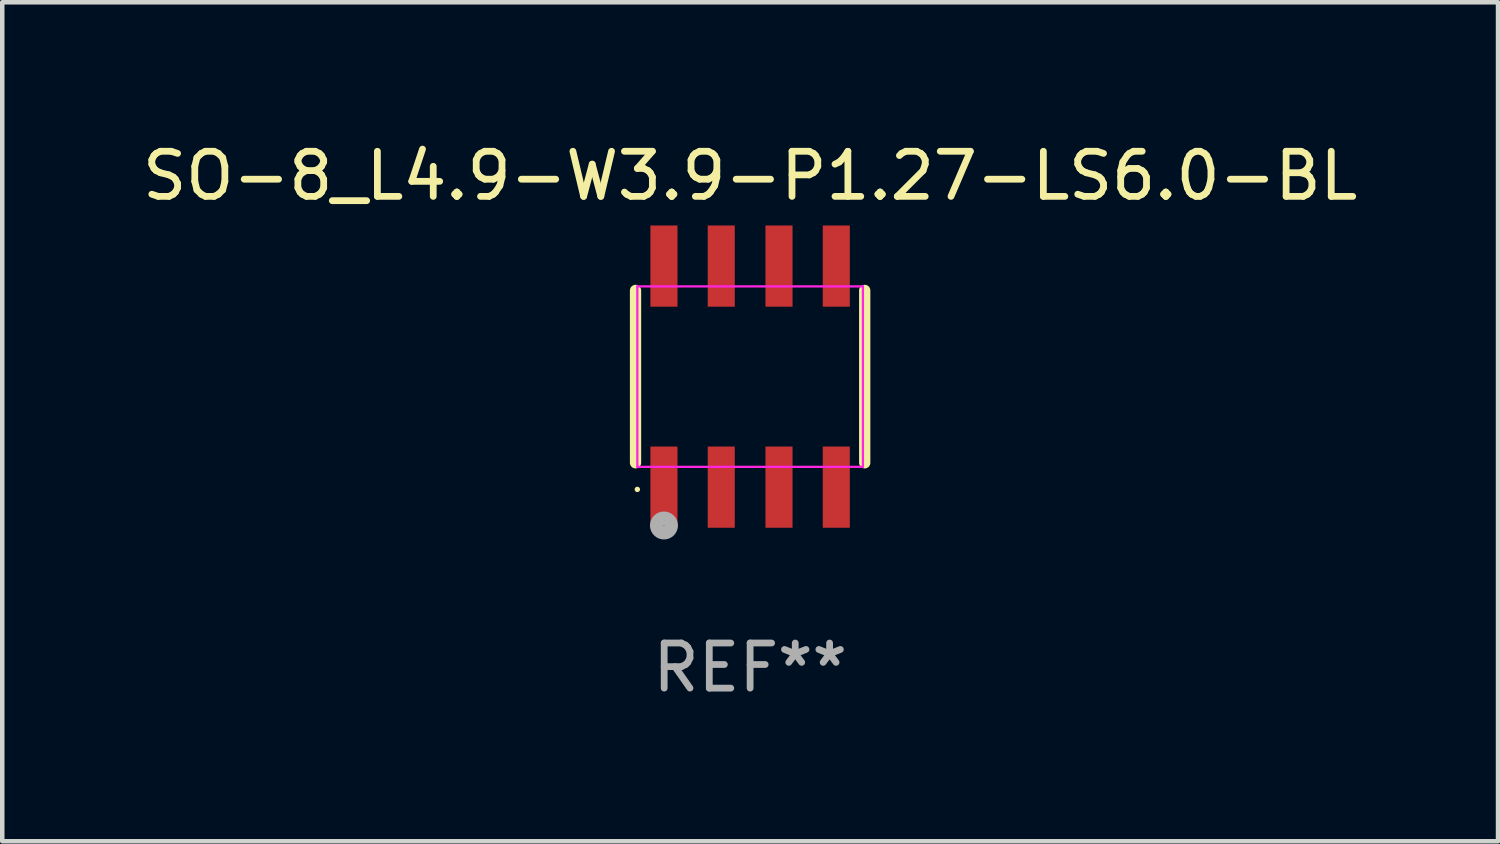
<source format=kicad_pcb>
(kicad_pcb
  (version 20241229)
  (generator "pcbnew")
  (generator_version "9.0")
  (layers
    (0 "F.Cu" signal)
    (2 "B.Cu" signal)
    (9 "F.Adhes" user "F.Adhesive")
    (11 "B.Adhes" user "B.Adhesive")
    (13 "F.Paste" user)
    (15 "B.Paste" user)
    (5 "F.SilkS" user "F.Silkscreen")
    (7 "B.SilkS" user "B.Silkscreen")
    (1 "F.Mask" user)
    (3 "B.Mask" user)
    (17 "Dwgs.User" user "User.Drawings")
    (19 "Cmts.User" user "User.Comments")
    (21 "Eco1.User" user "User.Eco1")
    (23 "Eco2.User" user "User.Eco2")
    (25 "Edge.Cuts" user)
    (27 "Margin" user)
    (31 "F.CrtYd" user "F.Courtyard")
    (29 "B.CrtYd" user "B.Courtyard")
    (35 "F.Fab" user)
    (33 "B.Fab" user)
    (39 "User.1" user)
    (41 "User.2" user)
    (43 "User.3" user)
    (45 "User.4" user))
  (footprint "SO-8_L4.9-W3.9-P1.27-LS6.0-BL"
    (layer "F.Cu")
    (at 13.577 5.298)
    (property "Reference" "SO-8_L4.9-W3.9-P1.27-LS6.0-BL" (at 0 -4.45 0) (layer "F.SilkS") (effects (font (size 1 1) (thickness 0.15))))
    (attr smd)
    (fp_line (start -2.54 -1.91) (end -2.54 1.91) (stroke (width 0.25) (type solid)) (layer "F.SilkS"))
    (fp_line (start 2.54 -1.91) (end 2.54 1.91) (stroke (width 0.25) (type solid)) (layer "F.SilkS"))
    (fp_circle (center -2.5 2.5) (end -2.47 2.5) (stroke (width 0.06) (type solid)) (fill no) (layer "F.SilkS"))
    (fp_line (start -2.5 -2) (end -2.5 2) (stroke (width 0.05) (type default)) (layer "F.CrtYd"))
    (fp_line (start -2.5 2) (end 2.5 2) (stroke (width 0.05) (type default)) (layer "F.CrtYd"))
    (fp_line (start 2.5 -2) (end -2.5 -2) (stroke (width 0.05) (type default)) (layer "F.CrtYd"))
    (fp_line (start 2.5 2) (end 2.5 -2) (stroke (width 0.05) (type default)) (layer "F.CrtYd"))
    (fp_circle (center -1.91 3.3) (end -1.75 3.3) (stroke (width 0.3) (type solid)) (fill no) (layer "F.Fab"))
    (fp_text user "REF**" (at 0 6.45 0) (layer "F.Fab") (effects (font (size 1 1) (thickness 0.15))))
    (pad "1" smd rect (at -1.91 2.45) (size 0.6 1.8) (layers "F.Cu" "F.Mask" "F.Paste"))
    (pad "2" smd rect (at -0.64 2.45) (size 0.6 1.8) (layers "F.Cu" "F.Mask" "F.Paste"))
    (pad "3" smd rect (at 0.64 2.45) (size 0.6 1.8) (layers "F.Cu" "F.Mask" "F.Paste"))
    (pad "4" smd rect (at 1.91 2.45) (size 0.6 1.8) (layers "F.Cu" "F.Mask" "F.Paste"))
    (pad "5" smd rect (at 1.91 -2.45 180) (size 0.6 1.8) (layers "F.Cu" "F.Mask" "F.Paste"))
    (pad "6" smd rect (at 0.64 -2.45 180) (size 0.6 1.8) (layers "F.Cu" "F.Mask" "F.Paste"))
    (pad "7" smd rect (at -0.64 -2.45 180) (size 0.6 1.8) (layers "F.Cu" "F.Mask" "F.Paste"))
    (pad "8" smd rect (at -1.91 -2.45 180) (size 0.6 1.8) (layers "F.Cu" "F.Mask" "F.Paste")))
  (gr_rect
    (start -3 -3)
    (end 30.155 15.597)
    (stroke (width 0.1) (type default))
    (fill no)
    (layer "Edge.Cuts")))
</source>
